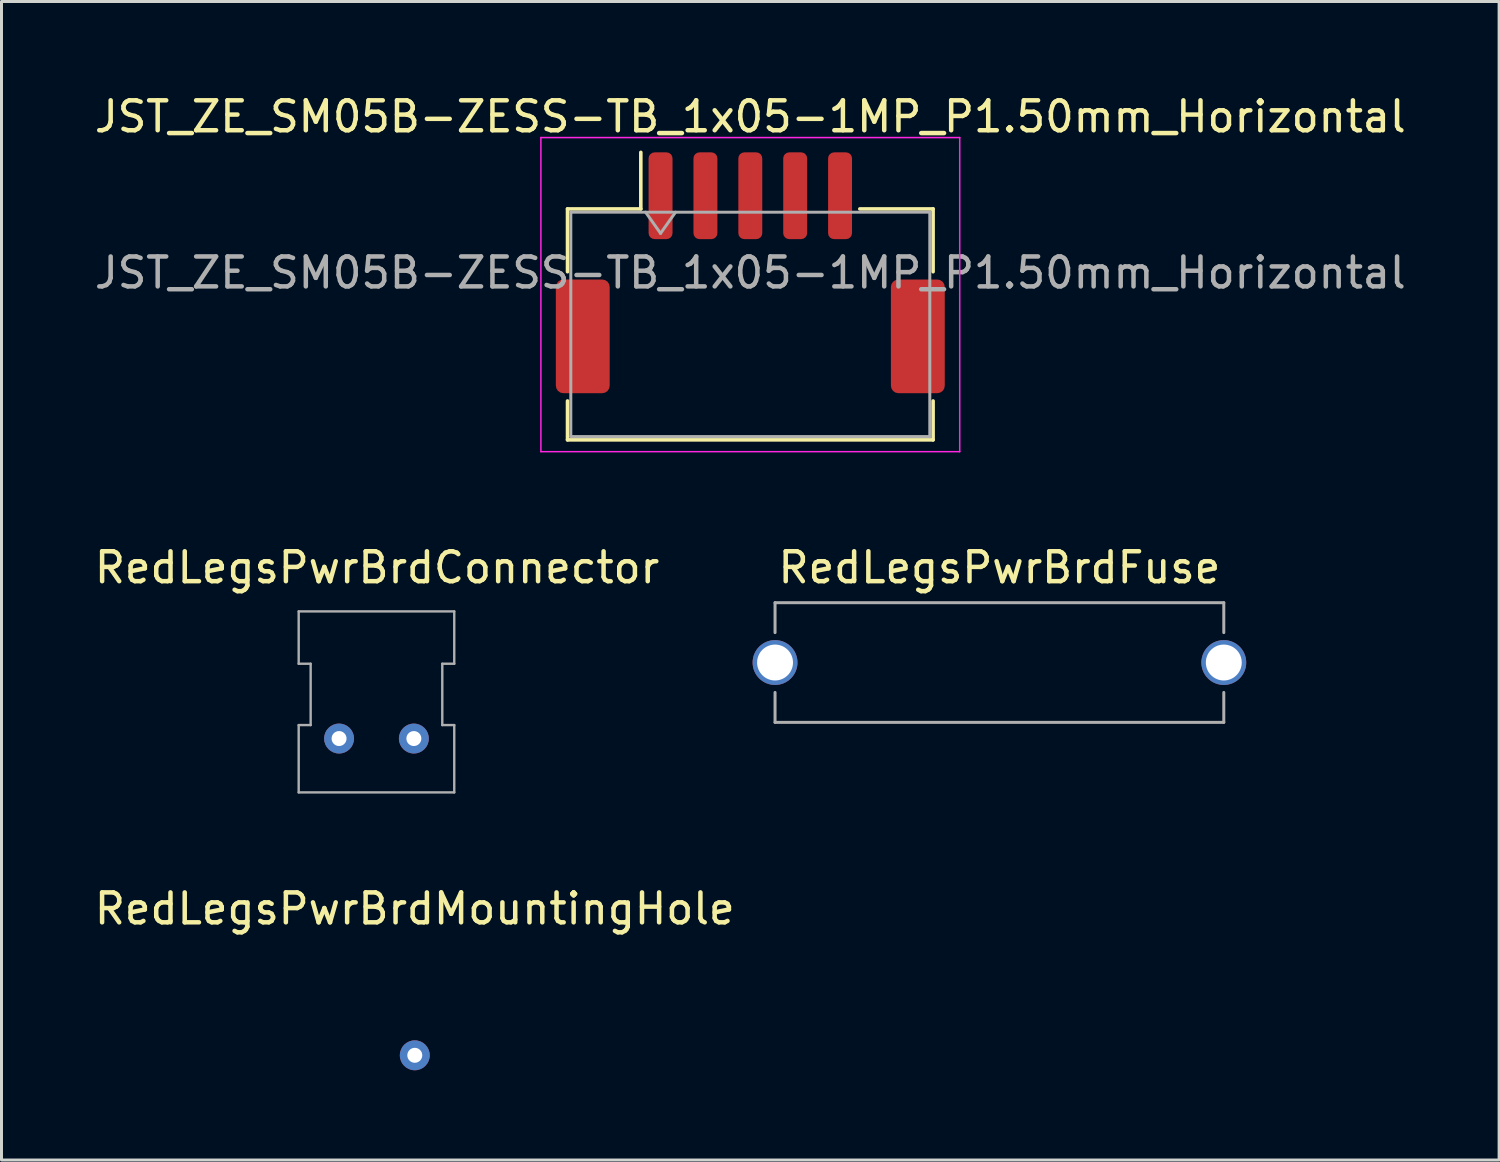
<source format=kicad_pcb>
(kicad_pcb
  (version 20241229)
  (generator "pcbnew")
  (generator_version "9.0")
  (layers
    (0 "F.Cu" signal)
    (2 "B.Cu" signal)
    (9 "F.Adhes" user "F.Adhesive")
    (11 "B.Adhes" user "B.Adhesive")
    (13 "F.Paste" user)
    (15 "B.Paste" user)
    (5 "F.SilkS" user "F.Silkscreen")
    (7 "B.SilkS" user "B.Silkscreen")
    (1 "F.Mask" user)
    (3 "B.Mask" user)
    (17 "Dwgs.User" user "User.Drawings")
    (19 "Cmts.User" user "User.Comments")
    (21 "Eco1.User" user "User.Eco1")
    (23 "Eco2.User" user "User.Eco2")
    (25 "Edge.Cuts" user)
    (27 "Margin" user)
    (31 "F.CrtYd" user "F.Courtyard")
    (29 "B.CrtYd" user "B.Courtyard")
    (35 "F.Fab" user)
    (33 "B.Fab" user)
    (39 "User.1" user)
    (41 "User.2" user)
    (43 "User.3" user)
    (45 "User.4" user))
  (footprint "RedLegsPwrBrdMountingHole"
    (layer "F.Cu")
    (at 10.815 32.225)
    (property "Reference" "RedLegsPwrBrdMountingHole" (at 0 -4.9 0) (layer "F.SilkS") (effects (font (size 1 1) (thickness 0.15))))
    (attr smd)
    (pad "1" thru_hole circle (at 0 0) (size 1 1) (drill 0.5) (layers "*.Cu" "*.Mask")))
  (footprint "RedLegsPwrBrdFuse"
    (layer "F.Cu")
    (at 30.357 19.096)
    (property "Reference" "RedLegsPwrBrdFuse" (at 0 -3.175 0) (layer "F.SilkS") (effects (font (size 1 1) (thickness 0.15))))
    (attr through_hole)
    (fp_line (start -7.5 -2) (end -7.5 -1) (stroke (width 0.1) (type solid)) (layer "F.Fab"))
    (fp_line (start -7.5 1) (end -7.5 2) (stroke (width 0.1) (type solid)) (layer "F.Fab"))
    (fp_line (start 7.5 -2) (end -7.5 -2) (stroke (width 0.1) (type solid)) (layer "F.Fab"))
    (fp_line (start 7.5 -2) (end 7.5 -1) (stroke (width 0.1) (type solid)) (layer "F.Fab"))
    (fp_line (start 7.5 1) (end 7.5 2) (stroke (width 0.1) (type solid)) (layer "F.Fab"))
    (fp_line (start 7.5 2) (end -7.5 2) (stroke (width 0.1) (type solid)) (layer "F.Fab"))
    (pad "1" thru_hole circle (at -7.5 0) (size 1.5 1.5) (drill 1.2) (layers "*.Cu" "*.Mask"))
    (pad "2" thru_hole circle (at 7.5 0) (size 1.5 1.5) (drill 1.2) (layers "*.Cu" "*.Mask")))
  (footprint "JST_ZE_SM05B-ZESS-TB_1x05-1MP_P1.50mm_Horizontal"
    (layer "F.Cu")
    (at 22.03 6.068)
    (property "Reference" "JST_ZE_SM05B-ZESS-TB_1x05-1MP_P1.50mm_Horizontal" (at 0 -5.22 0) (layer "F.SilkS") (effects (font (size 1 1) (thickness 0.15))))
    (attr smd)
    (fp_line (start -6.11 -2.135) (end -3.66 -2.135) (stroke (width 0.12) (type solid)) (layer "F.SilkS"))
    (fp_line (start -6.11 -0.035) (end -6.11 -2.135) (stroke (width 0.12) (type solid)) (layer "F.SilkS"))
    (fp_line (start -6.11 4.285) (end -6.11 5.585) (stroke (width 0.12) (type solid)) (layer "F.SilkS"))
    (fp_line (start -6.11 5.585) (end 6.11 5.585) (stroke (width 0.12) (type solid)) (layer "F.SilkS"))
    (fp_line (start -3.66 -2.135) (end -3.66 -4.025) (stroke (width 0.12) (type solid)) (layer "F.SilkS"))
    (fp_line (start 6.11 -2.135) (end 3.66 -2.135) (stroke (width 0.12) (type solid)) (layer "F.SilkS"))
    (fp_line (start 6.11 -0.035) (end 6.11 -2.135) (stroke (width 0.12) (type solid)) (layer "F.SilkS"))
    (fp_line (start 6.11 5.585) (end 6.11 4.285) (stroke (width 0.12) (type solid)) (layer "F.SilkS"))
    (fp_line (start -7 -4.52) (end -7 5.98) (stroke (width 0.05) (type solid)) (layer "F.CrtYd"))
    (fp_line (start -7 5.98) (end 7 5.98) (stroke (width 0.05) (type solid)) (layer "F.CrtYd"))
    (fp_line (start 7 -4.52) (end -7 -4.52) (stroke (width 0.05) (type solid)) (layer "F.CrtYd"))
    (fp_line (start 7 5.98) (end 7 -4.52) (stroke (width 0.05) (type solid)) (layer "F.CrtYd"))
    (fp_line (start -6 -2.025) (end -6 5.475) (stroke (width 0.1) (type solid)) (layer "F.Fab"))
    (fp_line (start -6 -2.025) (end 6 -2.025) (stroke (width 0.1) (type solid)) (layer "F.Fab"))
    (fp_line (start -6 5.475) (end 6 5.475) (stroke (width 0.1) (type solid)) (layer "F.Fab"))
    (fp_line (start -3.5 -2.025) (end -3 -1.318) (stroke (width 0.1) (type solid)) (layer "F.Fab"))
    (fp_line (start -3 -1.318) (end -2.5 -2.025) (stroke (width 0.1) (type solid)) (layer "F.Fab"))
    (fp_line (start 6 -2.025) (end 6 5.475) (stroke (width 0.1) (type solid)) (layer "F.Fab"))
    (fp_text user "${REFERENCE}" (at 0 0 0) (layer "F.Fab") (effects (font (size 1 1) (thickness 0.15))))
    (pad "1" smd roundrect (at -3 -2.575) (size 0.8 2.9) (layers "F.Cu" "F.Mask" "F.Paste") (roundrect_rratio 0.25))
    (pad "2" smd roundrect (at -1.5 -2.575) (size 0.8 2.9) (layers "F.Cu" "F.Mask" "F.Paste") (roundrect_rratio 0.25))
    (pad "3" smd roundrect (at 0 -2.575) (size 0.8 2.9) (layers "F.Cu" "F.Mask" "F.Paste") (roundrect_rratio 0.25))
    (pad "4" smd roundrect (at 1.5 -2.575) (size 0.8 2.9) (layers "F.Cu" "F.Mask" "F.Paste") (roundrect_rratio 0.25))
    (pad "5" smd roundrect (at 3 -2.575) (size 0.8 2.9) (layers "F.Cu" "F.Mask" "F.Paste") (roundrect_rratio 0.25))
    (pad "MP" smd roundrect (at -5.6 2.125) (size 1.8 3.8) (layers "F.Cu" "F.Mask" "F.Paste") (roundrect_rratio 0.139))
    (pad "MP" smd roundrect (at 5.6 2.125) (size 1.8 3.8) (layers "F.Cu" "F.Mask" "F.Paste") (roundrect_rratio 0.139)))
  (footprint "RedLegsPwrBrdConnector"
    (layer "F.Cu")
    (at 9.554 21.637)
    (property "Reference" "RedLegsPwrBrdConnector" (at 0 -5.715 0) (layer "F.SilkS") (effects (font (size 1 1) (thickness 0.15))))
    (attr through_hole)
    (fp_line (start -2.62 -4.25) (end -2.62 -2.5) (stroke (width 0.08) (type solid)) (layer "F.Fab"))
    (fp_line (start -2.62 -4.25) (end 2.58 -4.25) (stroke (width 0.08) (type solid)) (layer "F.Fab"))
    (fp_line (start -2.62 -2.5) (end -2.22 -2.5) (stroke (width 0.08) (type solid)) (layer "F.Fab"))
    (fp_line (start -2.62 -0.45) (end -2.22 -0.45) (stroke (width 0.08) (type solid)) (layer "F.Fab"))
    (fp_line (start -2.62 1.8) (end -2.62 -0.45) (stroke (width 0.08) (type solid)) (layer "F.Fab"))
    (fp_line (start -2.62 1.8) (end 2.58 1.8) (stroke (width 0.08) (type solid)) (layer "F.Fab"))
    (fp_line (start -2.22 -2.5) (end -2.22 -0.45) (stroke (width 0.08) (type solid)) (layer "F.Fab"))
    (fp_line (start 2.18 -2.5) (end 2.18 -0.45) (stroke (width 0.08) (type solid)) (layer "F.Fab"))
    (fp_line (start 2.18 -2.5) (end 2.58 -2.5) (stroke (width 0.08) (type solid)) (layer "F.Fab"))
    (fp_line (start 2.18 -0.45) (end 2.58 -0.45) (stroke (width 0.08) (type solid)) (layer "F.Fab"))
    (fp_line (start 2.58 -4.25) (end 2.58 -2.5) (stroke (width 0.08) (type solid)) (layer "F.Fab"))
    (fp_line (start 2.58 1.8) (end 2.58 -0.45) (stroke (width 0.08) (type solid)) (layer "F.Fab"))
    (pad "1" thru_hole circle (at -1.27 0) (size 1 1) (drill 0.5) (layers "*.Cu" "*.Mask"))
    (pad "2" thru_hole circle (at 1.23 0 90) (size 1 1) (drill 0.5) (layers "*.Cu" "*.Mask")))
  (gr_rect
    (start -3 -3)
    (end 47.06 35.725)
    (stroke (width 0.1) (type default))
    (fill no)
    (layer "Edge.Cuts")))
</source>
